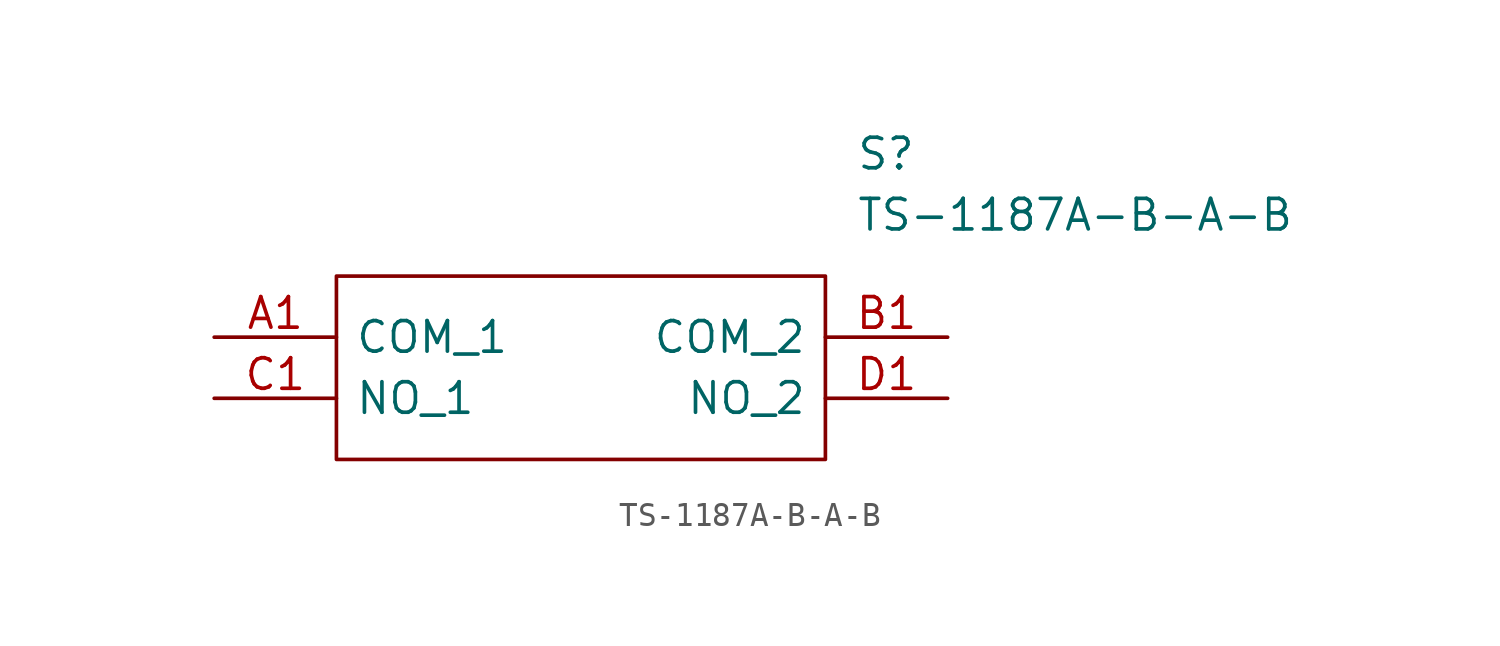
<source format=kicad_sym>
(kicad_symbol_lib
  (version 20211014)
  (generator kicad_symbol_editor)
  (symbol "TS-1187A-B-A-B"
    (pin_names
      (offset 0.762))
    (property "Reference" "S"
      (at 26.67 7.62 0)
      (effects (font (size 1.27 1.27)) (justify left)))
    (property "Value" "TS-1187A-B-A-B"
      (at 26.67 5.08 0)
      (effects (font (size 1.27 1.27)) (justify left)))
    (symbol "TS-1187A-B-A-B_0_0"
      (pin passive line (at 0 0 0) (length 5.08) (name "COM_1" (effects (font (size 1.27 1.27)))) (number "A1" (effects (font (size 1.27 1.27)))))
      (pin passive line (at 30.48 0 180) (length 5.08) (name "COM_2" (effects (font (size 1.27 1.27)))) (number "B1" (effects (font (size 1.27 1.27)))))
      (pin passive line (at 0 -2.54 0) (length 5.08) (name "NO_1" (effects (font (size 1.27 1.27)))) (number "C1" (effects (font (size 1.27 1.27)))))
      (pin passive line (at 30.48 -2.54 180) (length 5.08) (name "NO_2" (effects (font (size 1.27 1.27)))) (number "D1" (effects (font (size 1.27 1.27))))))
    (symbol "TS-1187A-B-A-B_0_1"
      (polyline (pts (xy 5.08 2.54) (xy 25.4 2.54) (xy 25.4 -5.08) (xy 5.08 -5.08) (xy 5.08 2.54)) (stroke (width 0.152) (type default) (color 0 0 0 0)) (fill (type none))))))
</source>
